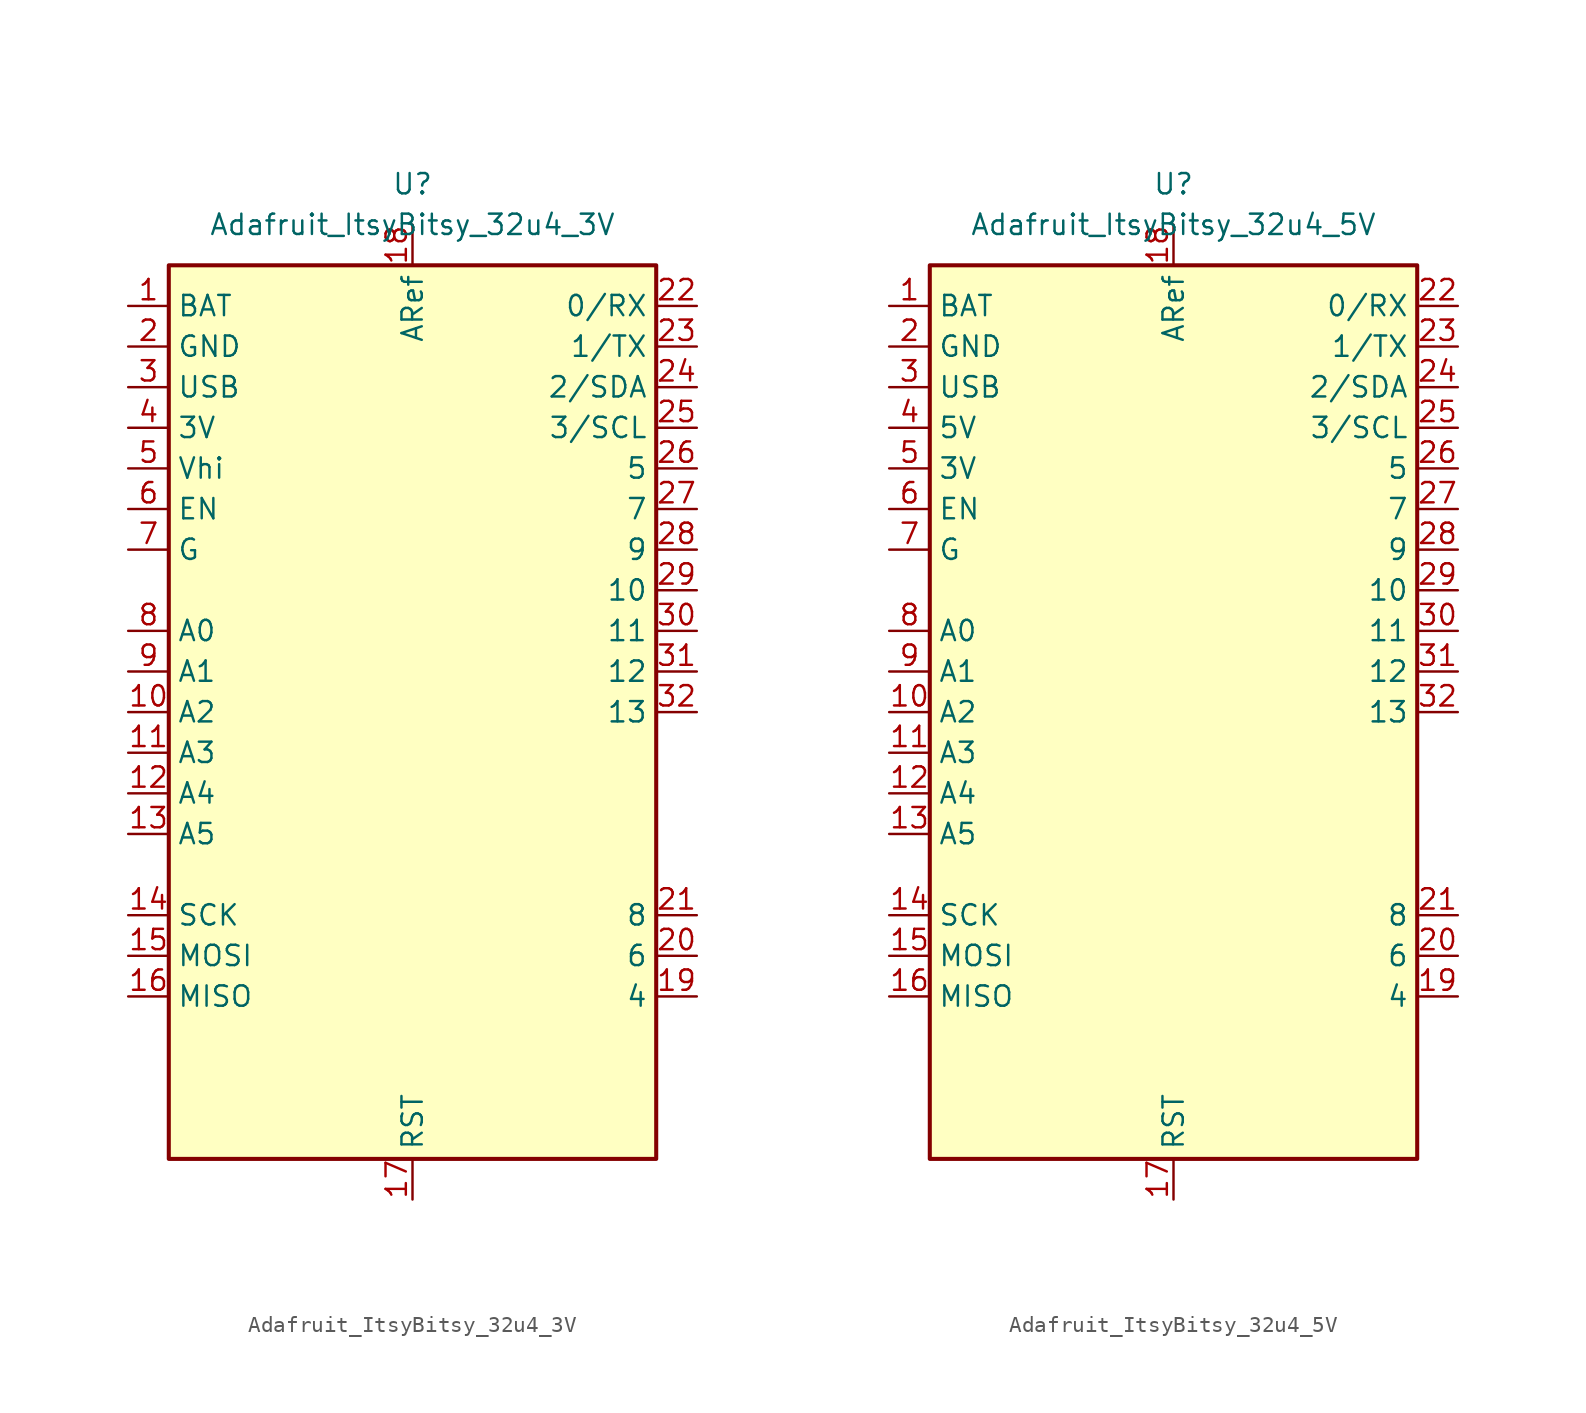
<source format=kicad_sym>
(kicad_symbol_lib
  (version 20241209)
  (generator kicad_symbol_editor)
  (symbol "Adafruit_ItsyBitsy_32u4_3V"
    (property "Reference" "U"
      (at 0 33.02 0)
      (effects (font (size 1.27 1.27))))
    (property "Value" "Adafruit_ItsyBitsy_32u4_3V"
      (at 0 30.48 0)
      (effects (font (size 1.27 1.27))))
    (symbol "Adafruit_ItsyBitsy_32u4_3V_0_1"
      (rectangle (start -15.24 27.94) (end 15.24 -27.94) (stroke (width 0.254) (type default) (color 0 0 0 0)) (fill (type background))))
    (symbol "Adafruit_ItsyBitsy_32u4_3V_1_1"
      (pin power_in line (at -17.78 25.4 0) (length 2.54) (name "BAT" (effects (font (size 1.27 1.27)))) (number "1" (effects (font (size 1.27 1.27)))))
      (pin power_in line (at -17.78 22.86 0) (length 2.54) (name "GND" (effects (font (size 1.27 1.27)))) (number "2" (effects (font (size 1.27 1.27)))))
      (pin power_out line (at -17.78 20.32 0) (length 2.54) (name "USB" (effects (font (size 1.27 1.27)))) (number "3" (effects (font (size 1.27 1.27)))))
      (pin power_out line (at -17.78 17.78 0) (length 2.54) (name "3V" (effects (font (size 1.27 1.27)))) (number "4" (effects (font (size 1.27 1.27)))))
      (pin power_out line (at -17.78 15.24 0) (length 2.54) (name "Vhi" (effects (font (size 1.27 1.27)))) (number "5" (effects (font (size 1.27 1.27)))))
      (pin input line (at -17.78 12.7 0) (length 2.54) (name "EN" (effects (font (size 1.27 1.27)))) (number "6" (effects (font (size 1.27 1.27)))))
      (pin power_in line (at -17.78 10.16 0) (length 2.54) (name "G" (effects (font (size 1.27 1.27)))) (number "7" (effects (font (size 1.27 1.27)))))
      (pin bidirectional line (at -17.78 5.08 0) (length 2.54) (name "A0" (effects (font (size 1.27 1.27)))) (number "8" (effects (font (size 1.27 1.27)))))
      (pin bidirectional line (at -17.78 2.54 0) (length 2.54) (name "A1" (effects (font (size 1.27 1.27)))) (number "9" (effects (font (size 1.27 1.27)))))
      (pin bidirectional line (at -17.78 0 0) (length 2.54) (name "A2" (effects (font (size 1.27 1.27)))) (number "10" (effects (font (size 1.27 1.27)))))
      (pin bidirectional line (at -17.78 -2.54 0) (length 2.54) (name "A3" (effects (font (size 1.27 1.27)))) (number "11" (effects (font (size 1.27 1.27)))))
      (pin bidirectional line (at -17.78 -5.08 0) (length 2.54) (name "A4" (effects (font (size 1.27 1.27)))) (number "12" (effects (font (size 1.27 1.27)))))
      (pin bidirectional line (at -17.78 -7.62 0) (length 2.54) (name "A5" (effects (font (size 1.27 1.27)))) (number "13" (effects (font (size 1.27 1.27)))))
      (pin bidirectional line (at -17.78 -12.7 0) (length 2.54) (name "SCK" (effects (font (size 1.27 1.27)))) (number "14" (effects (font (size 1.27 1.27)))))
      (pin bidirectional line (at -17.78 -15.24 0) (length 2.54) (name "MOSI" (effects (font (size 1.27 1.27)))) (number "15" (effects (font (size 1.27 1.27)))))
      (pin bidirectional line (at -17.78 -17.78 0) (length 2.54) (name "MISO" (effects (font (size 1.27 1.27)))) (number "16" (effects (font (size 1.27 1.27)))))
      (pin input line (at 0 -30.48 90) (length 2.54) (name "RST" (effects (font (size 1.27 1.27)))) (number "17" (effects (font (size 1.27 1.27)))))
      (pin input line (at 0 30.48 270) (length 2.54) (name "ARef" (effects (font (size 1.27 1.27)))) (number "18" (effects (font (size 1.27 1.27)))))
      (pin bidirectional line (at 17.78 -17.78 180) (length 2.54) (name "4" (effects (font (size 1.27 1.27)))) (number "19" (effects (font (size 1.27 1.27)))))
      (pin bidirectional line (at 17.78 -15.24 180) (length 2.54) (name "6" (effects (font (size 1.27 1.27)))) (number "20" (effects (font (size 1.27 1.27)))))
      (pin bidirectional line (at 17.78 -12.7 180) (length 2.54) (name "8" (effects (font (size 1.27 1.27)))) (number "21" (effects (font (size 1.27 1.27)))))
      (pin bidirectional line (at 17.78 25.4 180) (length 2.54) (name "0/RX" (effects (font (size 1.27 1.27)))) (number "22" (effects (font (size 1.27 1.27)))))
      (pin bidirectional line (at 17.78 22.86 180) (length 2.54) (name "1/TX" (effects (font (size 1.27 1.27)))) (number "23" (effects (font (size 1.27 1.27)))))
      (pin bidirectional line (at 17.78 20.32 180) (length 2.54) (name "2/SDA" (effects (font (size 1.27 1.27)))) (number "24" (effects (font (size 1.27 1.27)))))
      (pin bidirectional line (at 17.78 17.78 180) (length 2.54) (name "3/SCL" (effects (font (size 1.27 1.27)))) (number "25" (effects (font (size 1.27 1.27)))))
      (pin output line (at 17.78 15.24 180) (length 2.54) (name "5" (effects (font (size 1.27 1.27)))) (number "26" (effects (font (size 1.27 1.27)))))
      (pin bidirectional line (at 17.78 12.7 180) (length 2.54) (name "7" (effects (font (size 1.27 1.27)))) (number "27" (effects (font (size 1.27 1.27)))))
      (pin bidirectional line (at 17.78 10.16 180) (length 2.54) (name "9" (effects (font (size 1.27 1.27)))) (number "28" (effects (font (size 1.27 1.27)))))
      (pin bidirectional line (at 17.78 7.62 180) (length 2.54) (name "10" (effects (font (size 1.27 1.27)))) (number "29" (effects (font (size 1.27 1.27)))))
      (pin bidirectional line (at 17.78 5.08 180) (length 2.54) (name "11" (effects (font (size 1.27 1.27)))) (number "30" (effects (font (size 1.27 1.27)))))
      (pin bidirectional line (at 17.78 2.54 180) (length 2.54) (name "12" (effects (font (size 1.27 1.27)))) (number "31" (effects (font (size 1.27 1.27)))))
      (pin bidirectional line (at 17.78 0 180) (length 2.54) (name "13" (effects (font (size 1.27 1.27)))) (number "32" (effects (font (size 1.27 1.27)))))))
  (symbol "Adafruit_ItsyBitsy_32u4_5V"
    (property "Reference" "U"
      (at 0 33.02 0)
      (effects (font (size 1.27 1.27))))
    (property "Value" "Adafruit_ItsyBitsy_32u4_5V"
      (at 0 30.48 0)
      (effects (font (size 1.27 1.27))))
    (symbol "Adafruit_ItsyBitsy_32u4_5V_0_1"
      (rectangle (start -15.24 27.94) (end 15.24 -27.94) (stroke (width 0.254) (type default) (color 0 0 0 0)) (fill (type background))))
    (symbol "Adafruit_ItsyBitsy_32u4_5V_1_1"
      (pin power_in line (at -17.78 25.4 0) (length 2.54) (name "BAT" (effects (font (size 1.27 1.27)))) (number "1" (effects (font (size 1.27 1.27)))))
      (pin power_in line (at -17.78 22.86 0) (length 2.54) (name "GND" (effects (font (size 1.27 1.27)))) (number "2" (effects (font (size 1.27 1.27)))))
      (pin power_out line (at -17.78 20.32 0) (length 2.54) (name "USB" (effects (font (size 1.27 1.27)))) (number "3" (effects (font (size 1.27 1.27)))))
      (pin power_out line (at -17.78 17.78 0) (length 2.54) (name "5V" (effects (font (size 1.27 1.27)))) (number "4" (effects (font (size 1.27 1.27)))))
      (pin power_out line (at -17.78 15.24 0) (length 2.54) (name "3V" (effects (font (size 1.27 1.27)))) (number "5" (effects (font (size 1.27 1.27)))))
      (pin input line (at -17.78 12.7 0) (length 2.54) (name "EN" (effects (font (size 1.27 1.27)))) (number "6" (effects (font (size 1.27 1.27)))))
      (pin power_in line (at -17.78 10.16 0) (length 2.54) (name "G" (effects (font (size 1.27 1.27)))) (number "7" (effects (font (size 1.27 1.27)))))
      (pin bidirectional line (at -17.78 5.08 0) (length 2.54) (name "A0" (effects (font (size 1.27 1.27)))) (number "8" (effects (font (size 1.27 1.27)))))
      (pin bidirectional line (at -17.78 2.54 0) (length 2.54) (name "A1" (effects (font (size 1.27 1.27)))) (number "9" (effects (font (size 1.27 1.27)))))
      (pin bidirectional line (at -17.78 0 0) (length 2.54) (name "A2" (effects (font (size 1.27 1.27)))) (number "10" (effects (font (size 1.27 1.27)))))
      (pin bidirectional line (at -17.78 -2.54 0) (length 2.54) (name "A3" (effects (font (size 1.27 1.27)))) (number "11" (effects (font (size 1.27 1.27)))))
      (pin bidirectional line (at -17.78 -5.08 0) (length 2.54) (name "A4" (effects (font (size 1.27 1.27)))) (number "12" (effects (font (size 1.27 1.27)))))
      (pin bidirectional line (at -17.78 -7.62 0) (length 2.54) (name "A5" (effects (font (size 1.27 1.27)))) (number "13" (effects (font (size 1.27 1.27)))))
      (pin bidirectional line (at -17.78 -12.7 0) (length 2.54) (name "SCK" (effects (font (size 1.27 1.27)))) (number "14" (effects (font (size 1.27 1.27)))))
      (pin bidirectional line (at -17.78 -15.24 0) (length 2.54) (name "MOSI" (effects (font (size 1.27 1.27)))) (number "15" (effects (font (size 1.27 1.27)))))
      (pin bidirectional line (at -17.78 -17.78 0) (length 2.54) (name "MISO" (effects (font (size 1.27 1.27)))) (number "16" (effects (font (size 1.27 1.27)))))
      (pin input line (at 0 -30.48 90) (length 2.54) (name "RST" (effects (font (size 1.27 1.27)))) (number "17" (effects (font (size 1.27 1.27)))))
      (pin input line (at 0 30.48 270) (length 2.54) (name "ARef" (effects (font (size 1.27 1.27)))) (number "18" (effects (font (size 1.27 1.27)))))
      (pin bidirectional line (at 17.78 -17.78 180) (length 2.54) (name "4" (effects (font (size 1.27 1.27)))) (number "19" (effects (font (size 1.27 1.27)))))
      (pin bidirectional line (at 17.78 -15.24 180) (length 2.54) (name "6" (effects (font (size 1.27 1.27)))) (number "20" (effects (font (size 1.27 1.27)))))
      (pin bidirectional line (at 17.78 -12.7 180) (length 2.54) (name "8" (effects (font (size 1.27 1.27)))) (number "21" (effects (font (size 1.27 1.27)))))
      (pin bidirectional line (at 17.78 25.4 180) (length 2.54) (name "0/RX" (effects (font (size 1.27 1.27)))) (number "22" (effects (font (size 1.27 1.27)))))
      (pin bidirectional line (at 17.78 22.86 180) (length 2.54) (name "1/TX" (effects (font (size 1.27 1.27)))) (number "23" (effects (font (size 1.27 1.27)))))
      (pin bidirectional line (at 17.78 20.32 180) (length 2.54) (name "2/SDA" (effects (font (size 1.27 1.27)))) (number "24" (effects (font (size 1.27 1.27)))))
      (pin bidirectional line (at 17.78 17.78 180) (length 2.54) (name "3/SCL" (effects (font (size 1.27 1.27)))) (number "25" (effects (font (size 1.27 1.27)))))
      (pin bidirectional line (at 17.78 15.24 180) (length 2.54) (name "5" (effects (font (size 1.27 1.27)))) (number "26" (effects (font (size 1.27 1.27)))))
      (pin bidirectional line (at 17.78 12.7 180) (length 2.54) (name "7" (effects (font (size 1.27 1.27)))) (number "27" (effects (font (size 1.27 1.27)))))
      (pin bidirectional line (at 17.78 10.16 180) (length 2.54) (name "9" (effects (font (size 1.27 1.27)))) (number "28" (effects (font (size 1.27 1.27)))))
      (pin bidirectional line (at 17.78 7.62 180) (length 2.54) (name "10" (effects (font (size 1.27 1.27)))) (number "29" (effects (font (size 1.27 1.27)))))
      (pin bidirectional line (at 17.78 5.08 180) (length 2.54) (name "11" (effects (font (size 1.27 1.27)))) (number "30" (effects (font (size 1.27 1.27)))))
      (pin bidirectional line (at 17.78 2.54 180) (length 2.54) (name "12" (effects (font (size 1.27 1.27)))) (number "31" (effects (font (size 1.27 1.27)))))
      (pin bidirectional line (at 17.78 0 180) (length 2.54) (name "13" (effects (font (size 1.27 1.27)))) (number "32" (effects (font (size 1.27 1.27))))))))
</source>
